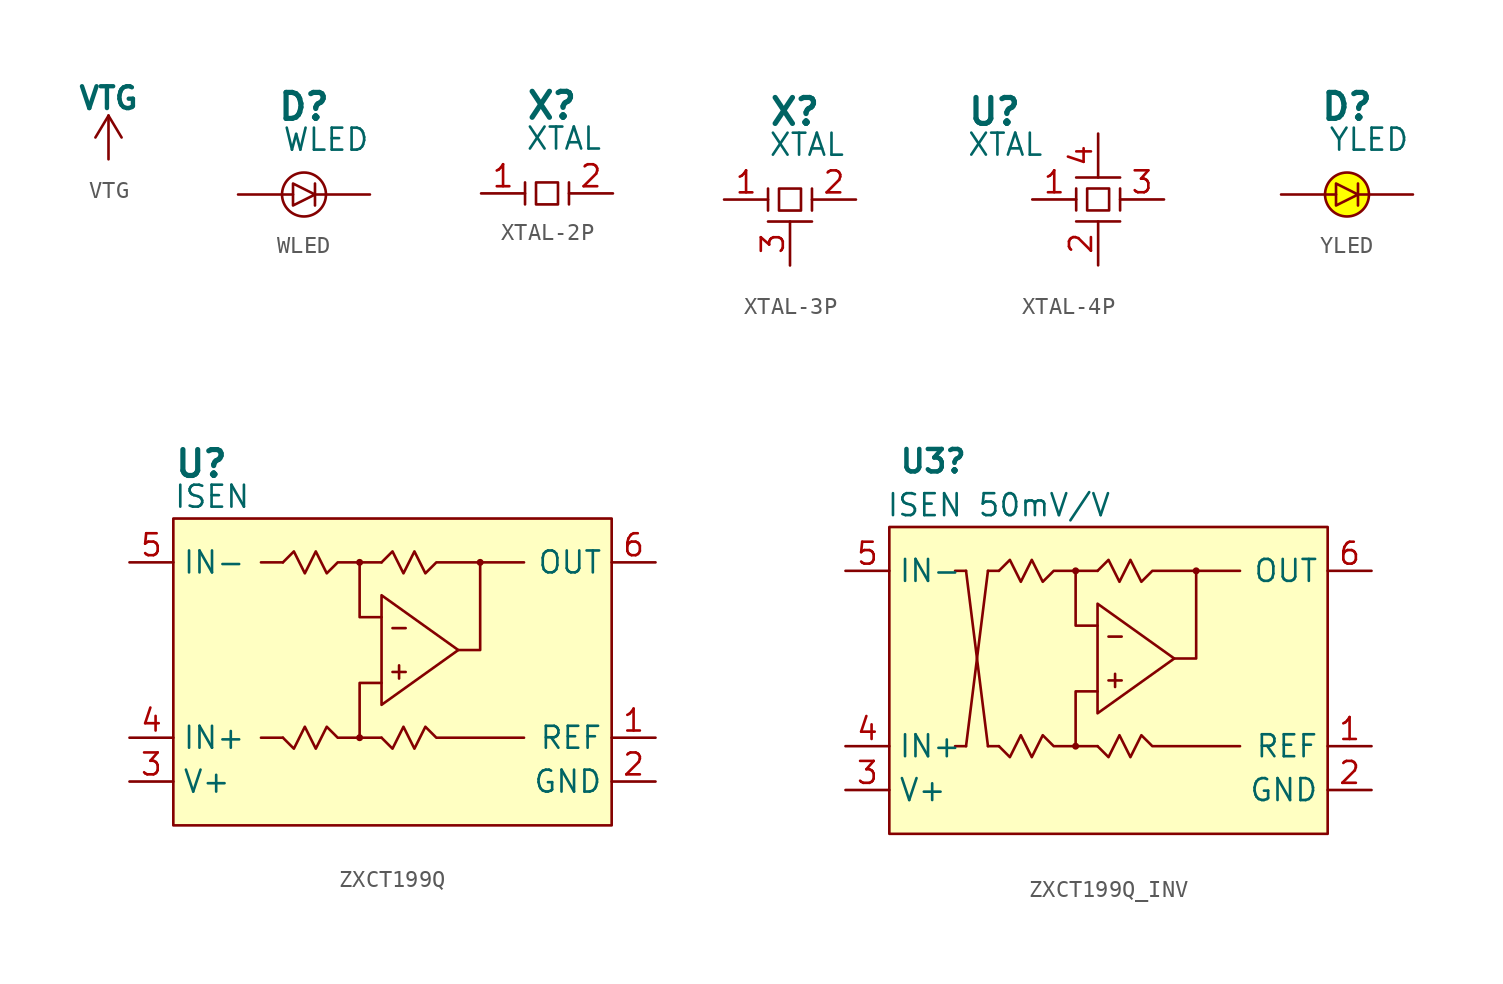
<source format=kicad_sym>
(kicad_symbol_lib
  (version 20231120)
  (generator "kicad_symbol_editor")
  (generator_version "8.0")
  (symbol "VTG"
    (power)
    (pin_names
      (offset 0))
    (property "Reference" "#PWR"
      (at 0 -3.81 0)
      (effects (font (size 1.27 1.27)) (hide yes)))
    (property "Value" "VTG"
      (at 0 3.556 0)
      (effects (font (size 1.27 1.27) (bold yes))))
    (symbol "VTG_0_1"
      (polyline (pts (xy -0.762 1.27) (xy 0 2.54)) (stroke (width 0) (type solid)) (fill (type none)))
      (polyline (pts (xy 0 0) (xy 0 2.54)) (stroke (width 0) (type solid)) (fill (type none)))
      (polyline (pts (xy 0 2.54) (xy 0.762 1.27)) (stroke (width 0) (type solid)) (fill (type none))))
    (symbol "VTG_1_1"
      (pin power_in line (at 0 0 90) (length 0) hide (name "VTG" (effects (font (size 1.27 1.27)))) (number "1" (effects (font (size 1.27 1.27)))))))
  (symbol "WLED"
    (pin_numbers hide)
    (pin_names hide)
    (property "Reference" "D"
      (at 0 0 0)
      (effects (font (size 1.5 1.5) (bold yes))))
    (property "Value" "WLED"
      (at 1.27 -1.905 0)
      (effects (font (size 1.27 1.27))))
    (symbol "WLED_0_1"
      (polyline (pts (xy -1.27 -5.08) (xy -0.635 -5.08)) (stroke (width 0) (type default)) (fill (type none)))
      (polyline (pts (xy 0.635 -5.08) (xy 1.27 -5.08)) (stroke (width 0) (type default)) (fill (type none)))
      (polyline (pts (xy 0.635 -4.445) (xy 0.635 -5.715)) (stroke (width 0) (type default)) (fill (type none)))
      (polyline (pts (xy -0.635 -4.445) (xy -0.635 -5.715) (xy 0.635 -5.08) (xy -0.635 -4.445)) (stroke (width 0) (type default)) (fill (type none))))
    (symbol "WLED_1_1"
      (circle (center 0 -5.08) (radius 1.27) (stroke (width 0) (type default)) (fill (type color) (color 255 255 255 1)))
      (pin bidirectional line (at -3.81 -5.08 0) (length 2.54) (name "A" (effects (font (size 1.27 1.27)))) (number "A" (effects (font (size 1.27 1.27)))))
      (pin bidirectional line (at 3.81 -5.08 180) (length 2.54) (name "K" (effects (font (size 1.27 1.27)))) (number "K" (effects (font (size 1.27 1.27)))))))
  (symbol "XTAL-2P"
    (pin_names hide)
    (property "Reference" "X"
      (at 0 0 0)
      (effects (font (size 1.5 1.5) (bold yes)) (justify left)))
    (property "Value" "XTAL"
      (at 0 -1.905 0)
      (effects (font (size 1.27 1.27)) (justify left)))
    (symbol "XTAL-2P_0_1"
      (polyline (pts (xy 0 -4.445) (xy 0 -5.715)) (stroke (width 0) (type default)) (fill (type none)))
      (polyline (pts (xy 2.54 -4.445) (xy 2.54 -5.715)) (stroke (width 0) (type default)) (fill (type none))))
    (symbol "XTAL-2P_1_1"
      (rectangle (start 0.635 -4.445) (end 1.905 -5.715) (stroke (width 0) (type default)) (fill (type none)))
      (pin passive line (at -2.54 -5.08 0) (length 2.54) (name "X1" (effects (font (size 1.27 1.27)))) (number "1" (effects (font (size 1.27 1.27)))))
      (pin passive line (at 5.08 -5.08 180) (length 2.54) (name "X2" (effects (font (size 1.27 1.27)))) (number "2" (effects (font (size 1.27 1.27)))))))
  (symbol "XTAL-3P"
    (pin_names hide)
    (property "Reference" "X"
      (at 0 0 0)
      (effects (font (size 1.5 1.5) (bold yes)) (justify left)))
    (property "Value" "XTAL"
      (at 0 -1.905 0)
      (effects (font (size 1.27 1.27)) (justify left)))
    (symbol "XTAL-3P_0_1"
      (polyline (pts (xy 0 -6.35) (xy 2.54 -6.35)) (stroke (width 0) (type default)) (fill (type none)))
      (polyline (pts (xy 0 -4.445) (xy 0 -5.715)) (stroke (width 0) (type default)) (fill (type none)))
      (polyline (pts (xy 2.54 -4.445) (xy 2.54 -5.715)) (stroke (width 0) (type default)) (fill (type none))))
    (symbol "XTAL-3P_1_1"
      (rectangle (start 0.635 -4.445) (end 1.905 -5.715) (stroke (width 0) (type default)) (fill (type none)))
      (pin passive line (at -2.54 -5.08 0) (length 2.54) (name "X1" (effects (font (size 1.27 1.27)))) (number "1" (effects (font (size 1.27 1.27)))))
      (pin passive line (at 5.08 -5.08 180) (length 2.54) (name "X2" (effects (font (size 1.27 1.27)))) (number "2" (effects (font (size 1.27 1.27)))))
      (pin passive line (at 1.27 -8.89 90) (length 2.54) (name "GND" (effects (font (size 1.27 1.27)))) (number "3" (effects (font (size 1.27 1.27)))))))
  (symbol "XTAL-4P"
    (pin_names hide)
    (property "Reference" "U"
      (at 0 0 0)
      (effects (font (size 1.5 1.5) (bold yes)) (justify left)))
    (property "Value" "XTAL"
      (at 0 -1.905 0)
      (effects (font (size 1.27 1.27)) (justify left)))
    (symbol "XTAL-4P_0_1"
      (polyline (pts (xy 6.35 -6.35) (xy 8.89 -6.35)) (stroke (width 0) (type default)) (fill (type none)))
      (polyline (pts (xy 6.35 -4.445) (xy 6.35 -5.715)) (stroke (width 0) (type default)) (fill (type none)))
      (polyline (pts (xy 6.35 -3.81) (xy 8.89 -3.81)) (stroke (width 0) (type default)) (fill (type none)))
      (polyline (pts (xy 8.89 -4.445) (xy 8.89 -5.715)) (stroke (width 0) (type default)) (fill (type none))))
    (symbol "XTAL-4P_1_1"
      (rectangle (start 6.985 -4.445) (end 8.255 -5.715) (stroke (width 0) (type default)) (fill (type none)))
      (pin passive line (at 3.81 -5.08 0) (length 2.54) (name "X1" (effects (font (size 1.27 1.27)))) (number "1" (effects (font (size 1.27 1.27)))))
      (pin passive line (at 7.62 -8.89 90) (length 2.54) (name "GND1" (effects (font (size 1.27 1.27)))) (number "2" (effects (font (size 1.27 1.27)))))
      (pin passive line (at 11.43 -5.08 180) (length 2.54) (name "GND2" (effects (font (size 1.27 1.27)))) (number "3" (effects (font (size 1.27 1.27)))))
      (pin passive line (at 7.62 -1.27 270) (length 2.54) (name "X2" (effects (font (size 1.27 1.27)))) (number "4" (effects (font (size 1.27 1.27)))))))
  (symbol "YLED"
    (pin_numbers hide)
    (pin_names hide)
    (property "Reference" "D"
      (at 0 0 0)
      (effects (font (size 1.5 1.5) (bold yes))))
    (property "Value" "YLED"
      (at 1.27 -1.905 0)
      (effects (font (size 1.27 1.27))))
    (symbol "YLED_0_1"
      (polyline (pts (xy -1.27 -5.08) (xy -0.635 -5.08)) (stroke (width 0) (type default)) (fill (type none)))
      (polyline (pts (xy 0.635 -5.08) (xy 1.27 -5.08)) (stroke (width 0) (type default)) (fill (type none)))
      (polyline (pts (xy 0.635 -4.445) (xy 0.635 -5.715)) (stroke (width 0) (type default)) (fill (type none)))
      (polyline (pts (xy -0.635 -4.445) (xy -0.635 -5.715) (xy 0.635 -5.08) (xy -0.635 -4.445)) (stroke (width 0) (type default)) (fill (type none))))
    (symbol "YLED_1_1"
      (circle (center 0 -5.08) (radius 1.27) (stroke (width 0) (type default)) (fill (type color) (color 255 255 0 1)))
      (pin bidirectional line (at -3.81 -5.08 0) (length 2.54) (name "A" (effects (font (size 1.27 1.27)))) (number "A" (effects (font (size 1.27 1.27)))))
      (pin bidirectional line (at 3.81 -5.08 180) (length 2.54) (name "K" (effects (font (size 1.27 1.27)))) (number "K" (effects (font (size 1.27 1.27)))))))
  (symbol "ZXCT199Q"
    (property "Reference" "U"
      (at 0 -1.905 0)
      (effects (font (size 1.5 1.5) (bold yes)) (justify left)))
    (property "Value" "ISEN "
      (at 0 -3.81 0)
      (effects (font (size 1.27 1.27)) (justify left)))
    (symbol "ZXCT199Q_1_1"
      (rectangle (start 0 -5.08) (end 25.4 -22.86) (stroke (width 0) (type default)) (fill (type background)))
      (polyline (pts (xy 5.08 -17.78) (xy 6.35 -17.78)) (stroke (width 0) (type default)) (fill (type none)))
      (polyline (pts (xy 5.08 -7.62) (xy 6.35 -7.62)) (stroke (width 0) (type default)) (fill (type none)))
      (polyline (pts (xy 10.795 -17.78) (xy 12.065 -17.78)) (stroke (width 0) (type default)) (fill (type none)))
      (polyline (pts (xy 10.795 -7.62) (xy 12.065 -7.62)) (stroke (width 0) (type default)) (fill (type none)))
      (polyline (pts (xy 12.7 -13.97) (xy 13.462 -13.97)) (stroke (width 0) (type default)) (fill (type none)))
      (polyline (pts (xy 12.7 -11.43) (xy 13.462 -11.43)) (stroke (width 0) (type default)) (fill (type none)))
      (polyline (pts (xy 13.081 -14.351) (xy 13.081 -13.589)) (stroke (width 0) (type default)) (fill (type none)))
      (polyline (pts (xy 10.795 -17.78) (xy 10.795 -14.605) (xy 12.065 -14.605)) (stroke (width 0) (type default)) (fill (type none)))
      (polyline (pts (xy 10.795 -7.62) (xy 10.795 -10.795) (xy 12.065 -10.795)) (stroke (width 0) (type default)) (fill (type none)))
      (polyline (pts (xy 16.51 -12.7) (xy 17.78 -12.7) (xy 17.78 -7.62)) (stroke (width 0) (type default)) (fill (type none)))
      (polyline (pts (xy 12.065 -9.525) (xy 12.065 -15.875) (xy 16.51 -12.7) (xy 12.065 -9.525)) (stroke (width 0) (type default)) (fill (type none)))
      (polyline (pts (xy 6.35 -17.78) (xy 6.985 -18.415) (xy 7.62 -17.145) (xy 8.255 -18.415) (xy 8.89 -17.145) (xy 9.525 -17.78) (xy 10.795 -17.78)) (stroke (width 0) (type default)) (fill (type none)))
      (polyline (pts (xy 6.35 -7.62) (xy 6.985 -6.985) (xy 7.62 -8.255) (xy 8.255 -6.985) (xy 8.89 -8.255) (xy 9.525 -7.62) (xy 10.795 -7.62)) (stroke (width 0) (type default)) (fill (type none)))
      (polyline (pts (xy 12.065 -17.78) (xy 12.7 -18.415) (xy 13.335 -17.145) (xy 13.97 -18.415) (xy 14.605 -17.145) (xy 15.24 -17.78) (xy 20.32 -17.78)) (stroke (width 0) (type default)) (fill (type none)))
      (polyline (pts (xy 12.065 -7.62) (xy 12.7 -6.985) (xy 13.335 -8.255) (xy 13.97 -6.985) (xy 14.605 -8.255) (xy 15.24 -7.62) (xy 20.32 -7.62)) (stroke (width 0) (type default)) (fill (type none)))
      (circle (center 10.795 -17.78) (radius 0.127) (stroke (width 0) (type default)) (fill (type outline)))
      (circle (center 10.795 -7.62) (radius 0.127) (stroke (width 0) (type default)) (fill (type outline)))
      (circle (center 17.78 -7.62) (radius 0.127) (stroke (width 0) (type default)) (fill (type outline)))
      (pin input line (at 27.94 -17.78 180) (length 2.54) (name "REF" (effects (font (size 1.27 1.27)))) (number "1" (effects (font (size 1.27 1.27)))))
      (pin power_in line (at 27.94 -20.32 180) (length 2.54) (name "GND" (effects (font (size 1.27 1.27)))) (number "2" (effects (font (size 1.27 1.27)))))
      (pin power_in line (at -2.54 -20.32 0) (length 2.54) (name "V+" (effects (font (size 1.27 1.27)))) (number "3" (effects (font (size 1.27 1.27)))))
      (pin input line (at -2.54 -17.78 0) (length 2.54) (name "IN+" (effects (font (size 1.27 1.27)))) (number "4" (effects (font (size 1.27 1.27)))))
      (pin input line (at -2.54 -7.62 0) (length 2.54) (name "IN-" (effects (font (size 1.27 1.27)))) (number "5" (effects (font (size 1.27 1.27)))))
      (pin output line (at 27.94 -7.62 180) (length 2.54) (name "OUT" (effects (font (size 1.27 1.27)))) (number "6" (effects (font (size 1.27 1.27)))))))
  (symbol "ZXCT199Q_INV"
    (property "Reference" "U3"
      (at 2.54 -1.27 0)
      (effects (font (size 1.3 1.3) (bold yes))))
    (property "Value" "ISEN 50mV/V"
      (at 6.35 -3.81 0)
      (effects (font (size 1.27 1.27))))
    (symbol "ZXCT199Q_INV_0_1"
      (polyline (pts (xy 5.715 -17.78) (xy 4.445 -7.62)) (stroke (width 0) (type default)) (fill (type none)))
      (polyline (pts (xy 5.715 -7.62) (xy 4.445 -17.78)) (stroke (width 0) (type default)) (fill (type none))))
    (symbol "ZXCT199Q_INV_1_1"
      (rectangle (start 0 -5.08) (end 25.4 -22.86) (stroke (width 0) (type default)) (fill (type background)))
      (polyline (pts (xy 3.81 -17.78) (xy 4.445 -17.78)) (stroke (width 0) (type default)) (fill (type none)))
      (polyline (pts (xy 3.81 -7.62) (xy 4.445 -7.62)) (stroke (width 0) (type default)) (fill (type none)))
      (polyline (pts (xy 5.715 -17.78) (xy 6.35 -17.78)) (stroke (width 0) (type default)) (fill (type none)))
      (polyline (pts (xy 5.715 -7.62) (xy 6.35 -7.62)) (stroke (width 0) (type default)) (fill (type none)))
      (polyline (pts (xy 10.795 -17.78) (xy 12.065 -17.78)) (stroke (width 0) (type default)) (fill (type none)))
      (polyline (pts (xy 10.795 -7.62) (xy 12.065 -7.62)) (stroke (width 0) (type default)) (fill (type none)))
      (polyline (pts (xy 12.7 -13.97) (xy 13.462 -13.97)) (stroke (width 0) (type default)) (fill (type none)))
      (polyline (pts (xy 12.7 -11.43) (xy 13.462 -11.43)) (stroke (width 0) (type default)) (fill (type none)))
      (polyline (pts (xy 13.081 -14.351) (xy 13.081 -13.589)) (stroke (width 0) (type default)) (fill (type none)))
      (polyline (pts (xy 10.795 -17.78) (xy 10.795 -14.605) (xy 12.065 -14.605)) (stroke (width 0) (type default)) (fill (type none)))
      (polyline (pts (xy 10.795 -7.62) (xy 10.795 -10.795) (xy 12.065 -10.795)) (stroke (width 0) (type default)) (fill (type none)))
      (polyline (pts (xy 16.51 -12.7) (xy 17.78 -12.7) (xy 17.78 -7.62)) (stroke (width 0) (type default)) (fill (type none)))
      (polyline (pts (xy 12.065 -9.525) (xy 12.065 -15.875) (xy 16.51 -12.7) (xy 12.065 -9.525)) (stroke (width 0) (type default)) (fill (type none)))
      (polyline (pts (xy 6.35 -17.78) (xy 6.985 -18.415) (xy 7.62 -17.145) (xy 8.255 -18.415) (xy 8.89 -17.145) (xy 9.525 -17.78) (xy 10.795 -17.78)) (stroke (width 0) (type default)) (fill (type none)))
      (polyline (pts (xy 6.35 -7.62) (xy 6.985 -6.985) (xy 7.62 -8.255) (xy 8.255 -6.985) (xy 8.89 -8.255) (xy 9.525 -7.62) (xy 10.795 -7.62)) (stroke (width 0) (type default)) (fill (type none)))
      (polyline (pts (xy 12.065 -17.78) (xy 12.7 -18.415) (xy 13.335 -17.145) (xy 13.97 -18.415) (xy 14.605 -17.145) (xy 15.24 -17.78) (xy 20.32 -17.78)) (stroke (width 0) (type default)) (fill (type none)))
      (polyline (pts (xy 12.065 -7.62) (xy 12.7 -6.985) (xy 13.335 -8.255) (xy 13.97 -6.985) (xy 14.605 -8.255) (xy 15.24 -7.62) (xy 20.32 -7.62)) (stroke (width 0) (type default)) (fill (type none)))
      (circle (center 10.795 -17.78) (radius 0.127) (stroke (width 0) (type default)) (fill (type outline)))
      (circle (center 10.795 -7.62) (radius 0.127) (stroke (width 0) (type default)) (fill (type outline)))
      (circle (center 17.78 -7.62) (radius 0.127) (stroke (width 0) (type default)) (fill (type outline)))
      (pin input line (at 27.94 -17.78 180) (length 2.54) (name "REF" (effects (font (size 1.27 1.27)))) (number "1" (effects (font (size 1.27 1.27)))))
      (pin power_in line (at 27.94 -20.32 180) (length 2.54) (name "GND" (effects (font (size 1.27 1.27)))) (number "2" (effects (font (size 1.27 1.27)))))
      (pin power_in line (at -2.54 -20.32 0) (length 2.54) (name "V+" (effects (font (size 1.27 1.27)))) (number "3" (effects (font (size 1.27 1.27)))))
      (pin input line (at -2.54 -17.78 0) (length 2.54) (name "IN+" (effects (font (size 1.27 1.27)))) (number "4" (effects (font (size 1.27 1.27)))))
      (pin input line (at -2.54 -7.62 0) (length 2.54) (name "IN-" (effects (font (size 1.27 1.27)))) (number "5" (effects (font (size 1.27 1.27)))))
      (pin output line (at 27.94 -7.62 180) (length 2.54) (name "OUT" (effects (font (size 1.27 1.27)))) (number "6" (effects (font (size 1.27 1.27))))))))
</source>
